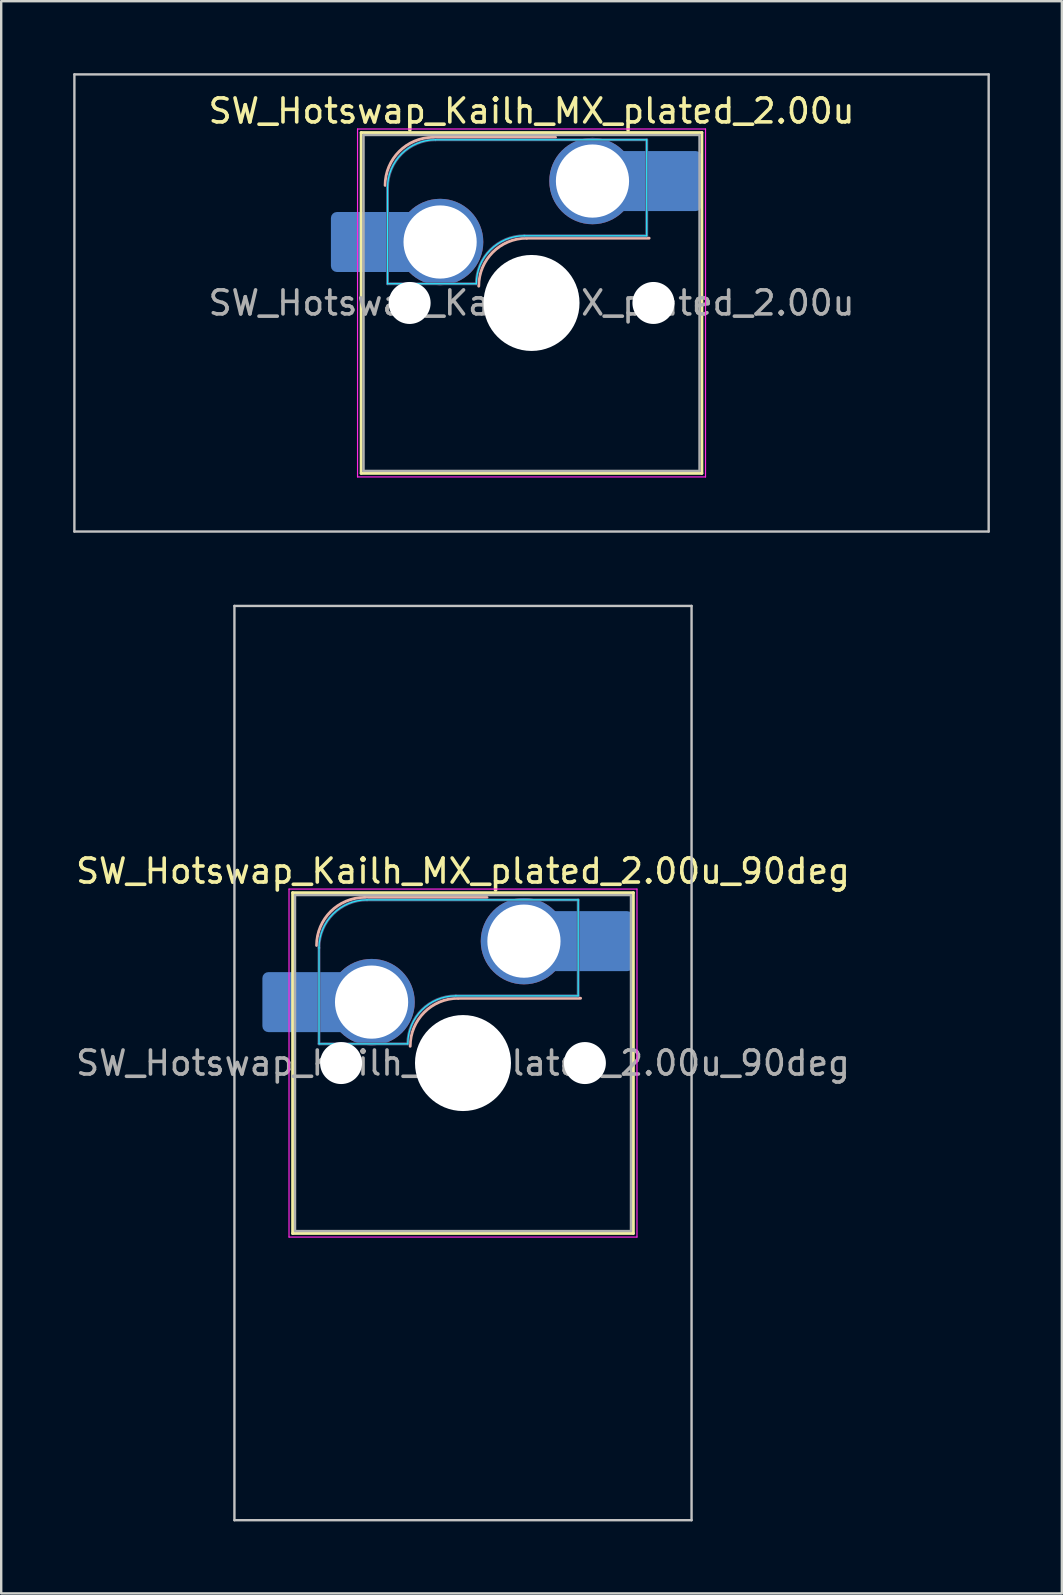
<source format=kicad_pcb>
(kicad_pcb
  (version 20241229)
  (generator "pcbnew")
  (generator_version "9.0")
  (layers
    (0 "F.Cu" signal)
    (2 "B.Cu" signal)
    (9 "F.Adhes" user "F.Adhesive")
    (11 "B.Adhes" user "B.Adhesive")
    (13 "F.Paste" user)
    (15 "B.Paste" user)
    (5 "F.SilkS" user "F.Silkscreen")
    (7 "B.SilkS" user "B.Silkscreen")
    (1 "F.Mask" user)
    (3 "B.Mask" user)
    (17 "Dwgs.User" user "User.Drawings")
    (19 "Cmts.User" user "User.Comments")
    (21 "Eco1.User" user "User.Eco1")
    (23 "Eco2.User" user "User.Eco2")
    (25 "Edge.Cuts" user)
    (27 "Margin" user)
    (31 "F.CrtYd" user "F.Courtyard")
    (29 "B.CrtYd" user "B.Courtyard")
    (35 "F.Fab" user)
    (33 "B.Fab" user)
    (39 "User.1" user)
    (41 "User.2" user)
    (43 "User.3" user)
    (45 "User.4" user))
  (footprint "SW_Hotswap_Kailh_MX_plated_2.00u"
    (layer "F.Cu")
    (at 19.1 9.575)
    (property "Reference" "SW_Hotswap_Kailh_MX_plated_2.00u" (at 0 -8 0) (layer "F.SilkS") (effects (font (size 1 1) (thickness 0.15))))
    (attr smd)
    (fp_line (start -7.1 -7.1) (end -7.1 7.1) (stroke (width 0.12) (type solid)) (layer "F.SilkS"))
    (fp_line (start -7.1 7.1) (end 7.1 7.1) (stroke (width 0.12) (type solid)) (layer "F.SilkS"))
    (fp_line (start 7.1 -7.1) (end -7.1 -7.1) (stroke (width 0.12) (type solid)) (layer "F.SilkS"))
    (fp_line (start 7.1 7.1) (end 7.1 -7.1) (stroke (width 0.12) (type solid)) (layer "F.SilkS"))
    (fp_line (start -4.1 -6.9) (end 1 -6.9) (stroke (width 0.12) (type solid)) (layer "B.SilkS"))
    (fp_line (start -0.2 -2.7) (end 4.9 -2.7) (stroke (width 0.12) (type solid)) (layer "B.SilkS"))
    (fp_arc (start -6.1 -4.9) (mid -5.514214 -6.314214) (end -4.1 -6.9) (stroke (width 0.12) (type solid)) (layer "B.SilkS"))
    (fp_arc (start -2.2 -0.7) (mid -1.614214 -2.114214) (end -0.2 -2.7) (stroke (width 0.12) (type solid)) (layer "B.SilkS"))
    (fp_line (start -19.05 -9.525) (end -19.05 9.525) (stroke (width 0.1) (type solid)) (layer "Dwgs.User"))
    (fp_line (start -19.05 9.525) (end 19.05 9.525) (stroke (width 0.1) (type solid)) (layer "Dwgs.User"))
    (fp_line (start 19.05 -9.525) (end -19.05 -9.525) (stroke (width 0.1) (type solid)) (layer "Dwgs.User"))
    (fp_line (start 19.05 9.525) (end 19.05 -9.525) (stroke (width 0.1) (type solid)) (layer "Dwgs.User"))
    (fp_line (start -7.8 -6) (end -7 -6) (stroke (width 0.1) (type solid)) (layer "Eco1.User"))
    (fp_line (start -7.8 -2.9) (end -7.8 -6) (stroke (width 0.1) (type solid)) (layer "Eco1.User"))
    (fp_line (start -7.8 2.9) (end -7 2.9) (stroke (width 0.1) (type solid)) (layer "Eco1.User"))
    (fp_line (start -7.8 6) (end -7.8 2.9) (stroke (width 0.1) (type solid)) (layer "Eco1.User"))
    (fp_line (start -7 -7) (end 7 -7) (stroke (width 0.1) (type solid)) (layer "Eco1.User"))
    (fp_line (start -7 -6) (end -7 -7) (stroke (width 0.1) (type solid)) (layer "Eco1.User"))
    (fp_line (start -7 -2.9) (end -7.8 -2.9) (stroke (width 0.1) (type solid)) (layer "Eco1.User"))
    (fp_line (start -7 2.9) (end -7 -2.9) (stroke (width 0.1) (type solid)) (layer "Eco1.User"))
    (fp_line (start -7 6) (end -7.8 6) (stroke (width 0.1) (type solid)) (layer "Eco1.User"))
    (fp_line (start -7 7) (end -7 6) (stroke (width 0.1) (type solid)) (layer "Eco1.User"))
    (fp_line (start 7 -7) (end 7 -6) (stroke (width 0.1) (type solid)) (layer "Eco1.User"))
    (fp_line (start 7 -6) (end 7.8 -6) (stroke (width 0.1) (type solid)) (layer "Eco1.User"))
    (fp_line (start 7 -2.9) (end 7 2.9) (stroke (width 0.1) (type solid)) (layer "Eco1.User"))
    (fp_line (start 7 2.9) (end 7.8 2.9) (stroke (width 0.1) (type solid)) (layer "Eco1.User"))
    (fp_line (start 7 6) (end 7 7) (stroke (width 0.1) (type solid)) (layer "Eco1.User"))
    (fp_line (start 7 7) (end -7 7) (stroke (width 0.1) (type solid)) (layer "Eco1.User"))
    (fp_line (start 7.8 -6) (end 7.8 -2.9) (stroke (width 0.1) (type solid)) (layer "Eco1.User"))
    (fp_line (start 7.8 -2.9) (end 7 -2.9) (stroke (width 0.1) (type solid)) (layer "Eco1.User"))
    (fp_line (start 7.8 2.9) (end 7.8 6) (stroke (width 0.1) (type solid)) (layer "Eco1.User"))
    (fp_line (start 7.8 6) (end 7 6) (stroke (width 0.1) (type solid)) (layer "Eco1.User"))
    (fp_line (start -6 -0.8) (end -6 -4.8) (stroke (width 0.05) (type solid)) (layer "B.CrtYd"))
    (fp_line (start -6 -0.8) (end -2.3 -0.8) (stroke (width 0.05) (type solid)) (layer "B.CrtYd"))
    (fp_line (start -4 -6.8) (end 4.8 -6.8) (stroke (width 0.05) (type solid)) (layer "B.CrtYd"))
    (fp_line (start -0.3 -2.8) (end 4.8 -2.8) (stroke (width 0.05) (type solid)) (layer "B.CrtYd"))
    (fp_line (start 4.8 -6.8) (end 4.8 -2.8) (stroke (width 0.05) (type solid)) (layer "B.CrtYd"))
    (fp_arc (start -6 -4.8) (mid -5.414214 -6.214214) (end -4 -6.8) (stroke (width 0.05) (type solid)) (layer "B.CrtYd"))
    (fp_arc (start -2.3 -0.8) (mid -1.714214 -2.214214) (end -0.3 -2.8) (stroke (width 0.05) (type solid)) (layer "B.CrtYd"))
    (fp_line (start -7.25 -7.25) (end -7.25 7.25) (stroke (width 0.05) (type solid)) (layer "F.CrtYd"))
    (fp_line (start -7.25 7.25) (end 7.25 7.25) (stroke (width 0.05) (type solid)) (layer "F.CrtYd"))
    (fp_line (start 7.25 -7.25) (end -7.25 -7.25) (stroke (width 0.05) (type solid)) (layer "F.CrtYd"))
    (fp_line (start 7.25 7.25) (end 7.25 -7.25) (stroke (width 0.05) (type solid)) (layer "F.CrtYd"))
    (fp_line (start -6 -0.8) (end -6 -4.8) (stroke (width 0.12) (type solid)) (layer "B.Fab"))
    (fp_line (start -6 -0.8) (end -2.3 -0.8) (stroke (width 0.12) (type solid)) (layer "B.Fab"))
    (fp_line (start -4 -6.8) (end 4.8 -6.8) (stroke (width 0.12) (type solid)) (layer "B.Fab"))
    (fp_line (start -0.3 -2.8) (end 4.8 -2.8) (stroke (width 0.12) (type solid)) (layer "B.Fab"))
    (fp_line (start 4.8 -6.8) (end 4.8 -2.8) (stroke (width 0.12) (type solid)) (layer "B.Fab"))
    (fp_arc (start -6 -4.8) (mid -5.414214 -6.214214) (end -4 -6.8) (stroke (width 0.12) (type solid)) (layer "B.Fab"))
    (fp_arc (start -2.3 -0.8) (mid -1.714214 -2.214214) (end -0.3 -2.8) (stroke (width 0.12) (type solid)) (layer "B.Fab"))
    (fp_line (start -7 -7) (end -7 7) (stroke (width 0.1) (type solid)) (layer "F.Fab"))
    (fp_line (start -7 7) (end 7 7) (stroke (width 0.1) (type solid)) (layer "F.Fab"))
    (fp_line (start 7 -7) (end -7 -7) (stroke (width 0.1) (type solid)) (layer "F.Fab"))
    (fp_line (start 7 7) (end 7 -7) (stroke (width 0.1) (type solid)) (layer "F.Fab"))
    (fp_text user "${REFERENCE}" (at 0 0 0) (layer "F.Fab") (effects (font (size 1 1) (thickness 0.15))))
    (pad "" smd roundrect (at -7.085 -2.54) (size 2.55 2.5) (layers "B.Mask" "B.Paste") (roundrect_rratio 0.1))
    (pad "" np_thru_hole circle (at -5.08 0) (size 1.75 1.75) (drill 1.75) (layers "*.Cu" "*.Mask"))
    (pad "" np_thru_hole circle (at 0 0) (size 4 4) (drill 4) (layers "*.Cu" "*.Mask"))
    (pad "" np_thru_hole circle (at 5.08 0) (size 1.75 1.75) (drill 1.75) (layers "*.Cu" "*.Mask"))
    (pad "" smd roundrect (at 5.842 -5.08) (size 2.55 2.5) (layers "B.Mask" "B.Paste") (roundrect_rratio 0.1))
    (pad "1" smd roundrect (at -6.585 -2.54) (size 3.55 2.5) (layers "B.Cu") (roundrect_rratio 0.1))
    (pad "1" thru_hole circle (at -3.81 -2.54) (size 3.6 3.6) (drill 3.05) (layers "*.Cu" "B.Mask"))
    (pad "2" thru_hole circle (at 2.54 -5.08) (size 3.6 3.6) (drill 3.05) (layers "*.Cu" "B.Mask"))
    (pad "2" smd roundrect (at 5.32 -5.08) (size 3.55 2.5) (layers "B.Cu") (roundrect_rratio 0.1)))
  (footprint "SW_Hotswap_Kailh_MX_plated_2.00u_90deg"
    (layer "F.Cu")
    (at 16.244 41.25)
    (property "Reference" "SW_Hotswap_Kailh_MX_plated_2.00u_90deg" (at 0 -8 0) (layer "F.SilkS") (effects (font (size 1 1) (thickness 0.15))))
    (attr smd)
    (fp_line (start -7.1 -7.1) (end -7.1 7.1) (stroke (width 0.12) (type solid)) (layer "F.SilkS"))
    (fp_line (start -7.1 7.1) (end 7.1 7.1) (stroke (width 0.12) (type solid)) (layer "F.SilkS"))
    (fp_line (start 7.1 -7.1) (end -7.1 -7.1) (stroke (width 0.12) (type solid)) (layer "F.SilkS"))
    (fp_line (start 7.1 7.1) (end 7.1 -7.1) (stroke (width 0.12) (type solid)) (layer "F.SilkS"))
    (fp_line (start -4.1 -6.9) (end 1 -6.9) (stroke (width 0.12) (type solid)) (layer "B.SilkS"))
    (fp_line (start -0.2 -2.7) (end 4.9 -2.7) (stroke (width 0.12) (type solid)) (layer "B.SilkS"))
    (fp_arc (start -6.1 -4.9) (mid -5.514214 -6.314214) (end -4.1 -6.9) (stroke (width 0.12) (type solid)) (layer "B.SilkS"))
    (fp_arc (start -2.2 -0.7) (mid -1.614214 -2.114214) (end -0.2 -2.7) (stroke (width 0.12) (type solid)) (layer "B.SilkS"))
    (fp_line (start -9.525 -19.05) (end 9.525 -19.05) (stroke (width 0.1) (type solid)) (layer "Dwgs.User"))
    (fp_line (start -9.525 19.05) (end -9.525 -19.05) (stroke (width 0.1) (type solid)) (layer "Dwgs.User"))
    (fp_line (start 9.525 -19.05) (end 9.525 19.05) (stroke (width 0.1) (type solid)) (layer "Dwgs.User"))
    (fp_line (start 9.525 19.05) (end -9.525 19.05) (stroke (width 0.1) (type solid)) (layer "Dwgs.User"))
    (fp_line (start -7.8 -6) (end -7 -6) (stroke (width 0.1) (type solid)) (layer "Eco1.User"))
    (fp_line (start -7.8 -2.9) (end -7.8 -6) (stroke (width 0.1) (type solid)) (layer "Eco1.User"))
    (fp_line (start -7.8 2.9) (end -7 2.9) (stroke (width 0.1) (type solid)) (layer "Eco1.User"))
    (fp_line (start -7.8 6) (end -7.8 2.9) (stroke (width 0.1) (type solid)) (layer "Eco1.User"))
    (fp_line (start -7 -7) (end 7 -7) (stroke (width 0.1) (type solid)) (layer "Eco1.User"))
    (fp_line (start -7 -6) (end -7 -7) (stroke (width 0.1) (type solid)) (layer "Eco1.User"))
    (fp_line (start -7 -2.9) (end -7.8 -2.9) (stroke (width 0.1) (type solid)) (layer "Eco1.User"))
    (fp_line (start -7 2.9) (end -7 -2.9) (stroke (width 0.1) (type solid)) (layer "Eco1.User"))
    (fp_line (start -7 6) (end -7.8 6) (stroke (width 0.1) (type solid)) (layer "Eco1.User"))
    (fp_line (start -7 7) (end -7 6) (stroke (width 0.1) (type solid)) (layer "Eco1.User"))
    (fp_line (start 7 -7) (end 7 -6) (stroke (width 0.1) (type solid)) (layer "Eco1.User"))
    (fp_line (start 7 -6) (end 7.8 -6) (stroke (width 0.1) (type solid)) (layer "Eco1.User"))
    (fp_line (start 7 -2.9) (end 7 2.9) (stroke (width 0.1) (type solid)) (layer "Eco1.User"))
    (fp_line (start 7 2.9) (end 7.8 2.9) (stroke (width 0.1) (type solid)) (layer "Eco1.User"))
    (fp_line (start 7 6) (end 7 7) (stroke (width 0.1) (type solid)) (layer "Eco1.User"))
    (fp_line (start 7 7) (end -7 7) (stroke (width 0.1) (type solid)) (layer "Eco1.User"))
    (fp_line (start 7.8 -6) (end 7.8 -2.9) (stroke (width 0.1) (type solid)) (layer "Eco1.User"))
    (fp_line (start 7.8 -2.9) (end 7 -2.9) (stroke (width 0.1) (type solid)) (layer "Eco1.User"))
    (fp_line (start 7.8 2.9) (end 7.8 6) (stroke (width 0.1) (type solid)) (layer "Eco1.User"))
    (fp_line (start 7.8 6) (end 7 6) (stroke (width 0.1) (type solid)) (layer "Eco1.User"))
    (fp_line (start -6 -0.8) (end -6 -4.8) (stroke (width 0.05) (type solid)) (layer "B.CrtYd"))
    (fp_line (start -6 -0.8) (end -2.3 -0.8) (stroke (width 0.05) (type solid)) (layer "B.CrtYd"))
    (fp_line (start -4 -6.8) (end 4.8 -6.8) (stroke (width 0.05) (type solid)) (layer "B.CrtYd"))
    (fp_line (start -0.3 -2.8) (end 4.8 -2.8) (stroke (width 0.05) (type solid)) (layer "B.CrtYd"))
    (fp_line (start 4.8 -6.8) (end 4.8 -2.8) (stroke (width 0.05) (type solid)) (layer "B.CrtYd"))
    (fp_arc (start -6 -4.8) (mid -5.414214 -6.214214) (end -4 -6.8) (stroke (width 0.05) (type solid)) (layer "B.CrtYd"))
    (fp_arc (start -2.3 -0.8) (mid -1.714214 -2.214214) (end -0.3 -2.8) (stroke (width 0.05) (type solid)) (layer "B.CrtYd"))
    (fp_line (start -7.25 -7.25) (end -7.25 7.25) (stroke (width 0.05) (type solid)) (layer "F.CrtYd"))
    (fp_line (start -7.25 7.25) (end 7.25 7.25) (stroke (width 0.05) (type solid)) (layer "F.CrtYd"))
    (fp_line (start 7.25 -7.25) (end -7.25 -7.25) (stroke (width 0.05) (type solid)) (layer "F.CrtYd"))
    (fp_line (start 7.25 7.25) (end 7.25 -7.25) (stroke (width 0.05) (type solid)) (layer "F.CrtYd"))
    (fp_line (start -6 -0.8) (end -6 -4.8) (stroke (width 0.12) (type solid)) (layer "B.Fab"))
    (fp_line (start -6 -0.8) (end -2.3 -0.8) (stroke (width 0.12) (type solid)) (layer "B.Fab"))
    (fp_line (start -4 -6.8) (end 4.8 -6.8) (stroke (width 0.12) (type solid)) (layer "B.Fab"))
    (fp_line (start -0.3 -2.8) (end 4.8 -2.8) (stroke (width 0.12) (type solid)) (layer "B.Fab"))
    (fp_line (start 4.8 -6.8) (end 4.8 -2.8) (stroke (width 0.12) (type solid)) (layer "B.Fab"))
    (fp_arc (start -6 -4.8) (mid -5.414214 -6.214214) (end -4 -6.8) (stroke (width 0.12) (type solid)) (layer "B.Fab"))
    (fp_arc (start -2.3 -0.8) (mid -1.714214 -2.214214) (end -0.3 -2.8) (stroke (width 0.12) (type solid)) (layer "B.Fab"))
    (fp_line (start -7 -7) (end -7 7) (stroke (width 0.1) (type solid)) (layer "F.Fab"))
    (fp_line (start -7 7) (end 7 7) (stroke (width 0.1) (type solid)) (layer "F.Fab"))
    (fp_line (start 7 -7) (end -7 -7) (stroke (width 0.1) (type solid)) (layer "F.Fab"))
    (fp_line (start 7 7) (end 7 -7) (stroke (width 0.1) (type solid)) (layer "F.Fab"))
    (fp_text user "${REFERENCE}" (at 0 0 0) (layer "F.Fab") (effects (font (size 1 1) (thickness 0.15))))
    (pad "" smd roundrect (at -7.085 -2.54) (size 2.55 2.5) (layers "B.Mask" "B.Paste") (roundrect_rratio 0.1))
    (pad "" np_thru_hole circle (at -5.08 0) (size 1.75 1.75) (drill 1.75) (layers "*.Cu" "*.Mask"))
    (pad "" np_thru_hole circle (at 0 0) (size 4 4) (drill 4) (layers "*.Cu" "*.Mask"))
    (pad "" np_thru_hole circle (at 5.08 0) (size 1.75 1.75) (drill 1.75) (layers "*.Cu" "*.Mask"))
    (pad "" smd roundrect (at 5.842 -5.08) (size 2.55 2.5) (layers "B.Mask" "B.Paste") (roundrect_rratio 0.1))
    (pad "1" smd roundrect (at -6.585 -2.54) (size 3.55 2.5) (layers "B.Cu") (roundrect_rratio 0.1))
    (pad "1" thru_hole circle (at -3.81 -2.54) (size 3.6 3.6) (drill 3.05) (layers "*.Cu" "B.Mask"))
    (pad "2" thru_hole circle (at 2.54 -5.08) (size 3.6 3.6) (drill 3.05) (layers "*.Cu" "B.Mask"))
    (pad "2" smd roundrect (at 5.32 -5.08) (size 3.55 2.5) (layers "B.Cu") (roundrect_rratio 0.1)))
  (gr_rect
    (start -3 -3)
    (end 41.2 63.35)
    (stroke (width 0.1) (type default))
    (fill no)
    (layer "Edge.Cuts")))
</source>
